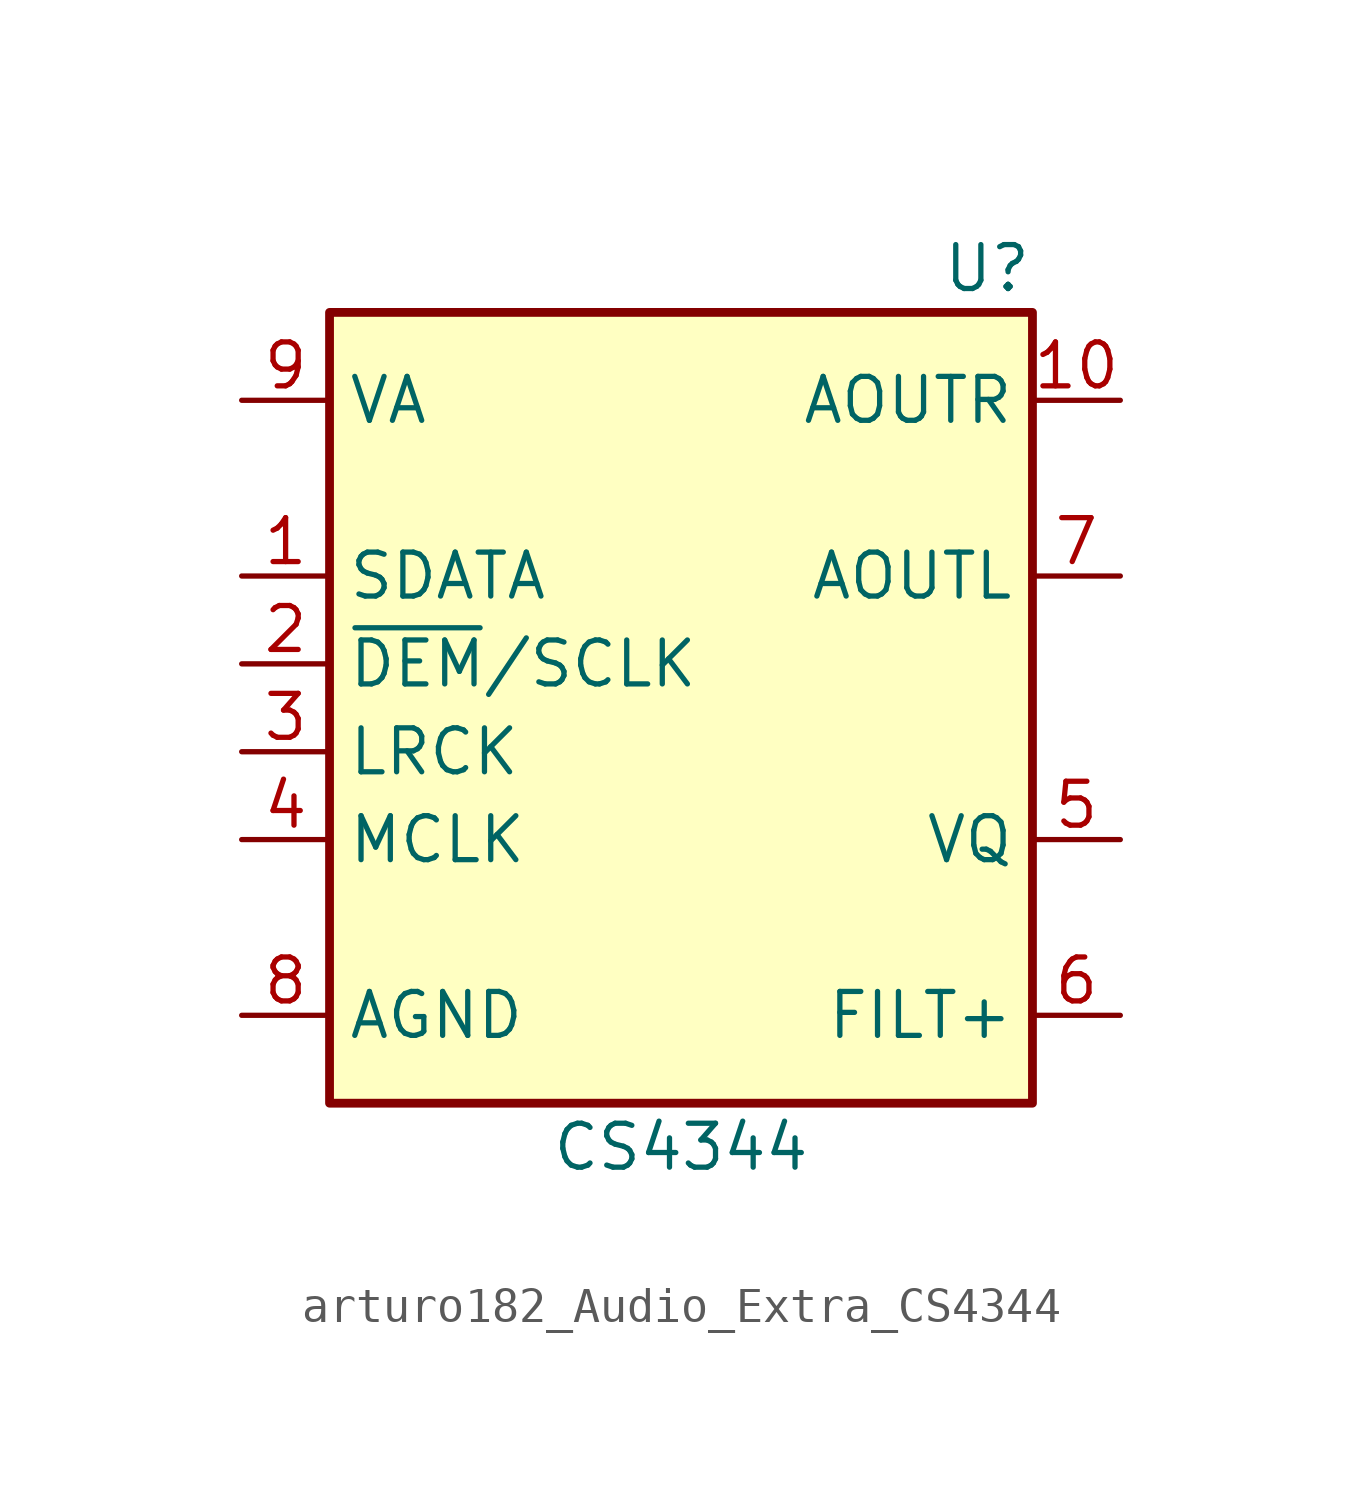
<source format=kicad_sym>
(kicad_symbol_lib
  (version 20220914)
  (generator kicad_symbol_editor)
  (symbol "arturo182_Audio_Extra_CS4344"
    (property "Reference" "U"
      (at 10.16 12.7 0)
      (effects (font (size 1.27 1.27)) (justify right)))
    (property "Value" "CS4344"
      (at 0 -12.7 0)
      (effects (font (size 1.27 1.27))))
    (symbol "arturo182_Audio_Extra_CS4344_0_0"
      (pin output line (at 12.7 -3.81 180) (length 2.54) (name "VQ" (effects (font (size 1.27 1.27)))) (number "5" (effects (font (size 1.27 1.27)))))
      (pin output line (at 12.7 -8.89 180) (length 2.54) (name "FILT+" (effects (font (size 1.27 1.27)))) (number "6" (effects (font (size 1.27 1.27))))))
    (symbol "arturo182_Audio_Extra_CS4344_0_1"
      (rectangle (start -10.16 11.43) (end 10.16 -11.43) (stroke (width 0.254) (type default) (color 0 0 0 0)) (fill (type background))))
    (symbol "arturo182_Audio_Extra_CS4344_1_1"
      (pin input line (at -12.7 3.81 0) (length 2.54) (name "SDATA" (effects (font (size 1.27 1.27)))) (number "1" (effects (font (size 1.27 1.27)))))
      (pin output line (at 12.7 8.89 180) (length 2.54) (name "AOUTR" (effects (font (size 1.27 1.27)))) (number "10" (effects (font (size 1.27 1.27)))))
      (pin input line (at -12.7 1.27 0) (length 2.54) (name "~{DEM}/SCLK" (effects (font (size 1.27 1.27)))) (number "2" (effects (font (size 1.27 1.27)))))
      (pin input line (at -12.7 -1.27 0) (length 2.54) (name "LRCK" (effects (font (size 1.27 1.27)))) (number "3" (effects (font (size 1.27 1.27)))))
      (pin input line (at -12.7 -3.81 0) (length 2.54) (name "MCLK" (effects (font (size 1.27 1.27)))) (number "4" (effects (font (size 1.27 1.27)))))
      (pin output line (at 12.7 3.81 180) (length 2.54) (name "AOUTL" (effects (font (size 1.27 1.27)))) (number "7" (effects (font (size 1.27 1.27)))))
      (pin power_in line (at -12.7 -8.89 0) (length 2.54) (name "AGND" (effects (font (size 1.27 1.27)))) (number "8" (effects (font (size 1.27 1.27)))))
      (pin power_in line (at -12.7 8.89 0) (length 2.54) (name "VA" (effects (font (size 1.27 1.27)))) (number "9" (effects (font (size 1.27 1.27))))))))
</source>
